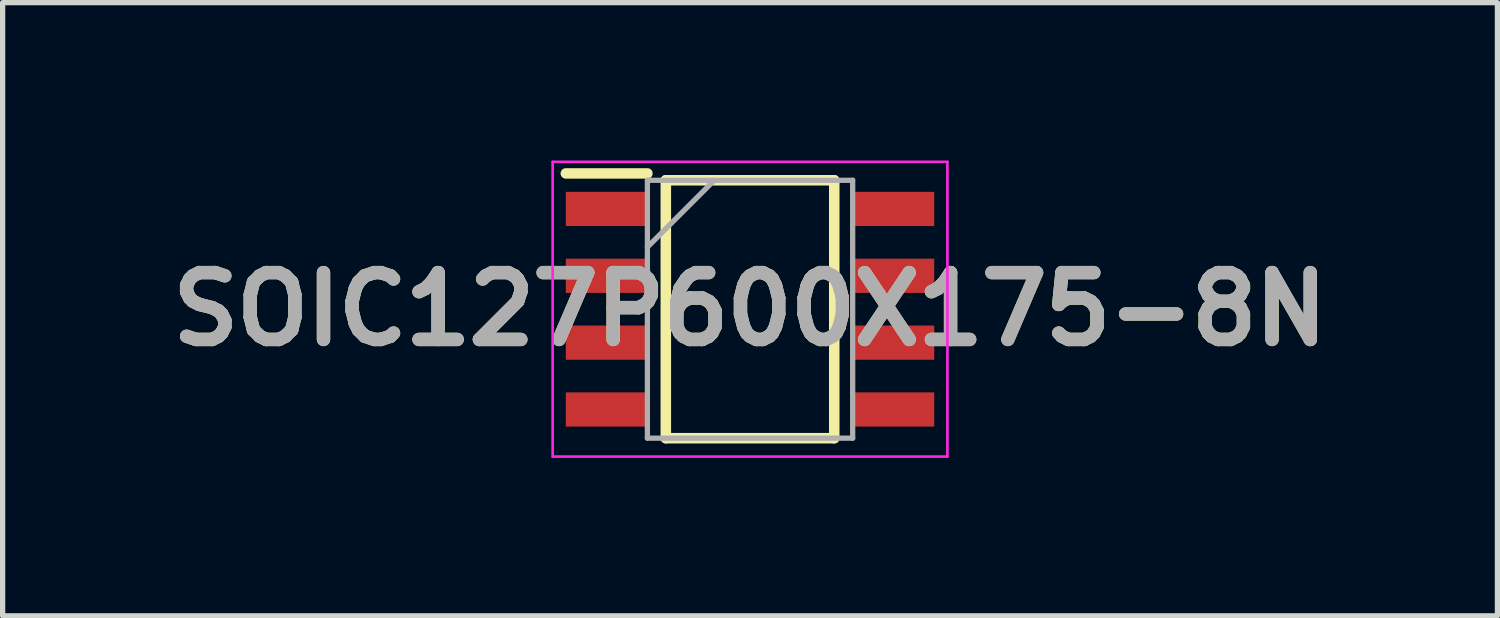
<source format=kicad_pcb>
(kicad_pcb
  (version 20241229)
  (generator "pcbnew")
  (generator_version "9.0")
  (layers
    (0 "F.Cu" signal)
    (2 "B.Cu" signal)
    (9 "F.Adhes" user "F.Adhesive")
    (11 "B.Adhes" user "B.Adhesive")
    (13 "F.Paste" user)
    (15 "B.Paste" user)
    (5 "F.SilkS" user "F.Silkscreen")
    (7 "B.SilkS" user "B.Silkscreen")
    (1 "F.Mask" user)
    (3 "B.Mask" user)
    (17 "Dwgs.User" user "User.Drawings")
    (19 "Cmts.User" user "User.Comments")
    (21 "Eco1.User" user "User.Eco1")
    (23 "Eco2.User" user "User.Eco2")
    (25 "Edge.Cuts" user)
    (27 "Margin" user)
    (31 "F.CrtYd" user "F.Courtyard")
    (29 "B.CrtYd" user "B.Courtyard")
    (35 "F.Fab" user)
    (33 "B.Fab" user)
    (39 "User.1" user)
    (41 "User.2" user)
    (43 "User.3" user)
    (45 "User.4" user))
  (footprint "SOIC127P600X175-8N"
    (layer "F.Cu")
    (at 11.2 2.825)
    (property "Reference" "SOIC127P600X175-8N" (at 0 0 0) (layer "F.SilkS") (effects (font (size 1.27 1.27) (thickness 0.254))))
    (attr smd)
    (fp_line (start -3.5 -2.58) (end -1.95 -2.58) (stroke (width 0.2) (type solid)) (layer "F.SilkS"))
    (fp_line (start -1.6 -2.45) (end 1.6 -2.45) (stroke (width 0.2) (type solid)) (layer "F.SilkS"))
    (fp_line (start -1.6 2.45) (end -1.6 -2.45) (stroke (width 0.2) (type solid)) (layer "F.SilkS"))
    (fp_line (start 1.6 -2.45) (end 1.6 2.45) (stroke (width 0.2) (type solid)) (layer "F.SilkS"))
    (fp_line (start 1.6 2.45) (end -1.6 2.45) (stroke (width 0.2) (type solid)) (layer "F.SilkS"))
    (fp_line (start -3.75 -2.8) (end 3.75 -2.8) (stroke (width 0.05) (type solid)) (layer "F.CrtYd"))
    (fp_line (start -3.75 2.8) (end -3.75 -2.8) (stroke (width 0.05) (type solid)) (layer "F.CrtYd"))
    (fp_line (start 3.75 -2.8) (end 3.75 2.8) (stroke (width 0.05) (type solid)) (layer "F.CrtYd"))
    (fp_line (start 3.75 2.8) (end -3.75 2.8) (stroke (width 0.05) (type solid)) (layer "F.CrtYd"))
    (fp_line (start -1.95 -2.45) (end 1.95 -2.45) (stroke (width 0.1) (type solid)) (layer "F.Fab"))
    (fp_line (start -1.95 -1.18) (end -0.68 -2.45) (stroke (width 0.1) (type solid)) (layer "F.Fab"))
    (fp_line (start -1.95 2.45) (end -1.95 -2.45) (stroke (width 0.1) (type solid)) (layer "F.Fab"))
    (fp_line (start 1.95 -2.45) (end 1.95 2.45) (stroke (width 0.1) (type solid)) (layer "F.Fab"))
    (fp_line (start 1.95 2.45) (end -1.95 2.45) (stroke (width 0.1) (type solid)) (layer "F.Fab"))
    (fp_text user "${REFERENCE}" (at 0 0 0) (layer "F.Fab") (effects (font (size 1.27 1.27) (thickness 0.254))))
    (pad "1" smd rect (at -2.725 -1.905 90) (size 0.65 1.55) (layers "F.Cu" "F.Mask" "F.Paste"))
    (pad "2" smd rect (at -2.725 -0.635 90) (size 0.65 1.55) (layers "F.Cu" "F.Mask" "F.Paste"))
    (pad "3" smd rect (at -2.725 0.635 90) (size 0.65 1.55) (layers "F.Cu" "F.Mask" "F.Paste"))
    (pad "4" smd rect (at -2.725 1.905 90) (size 0.65 1.55) (layers "F.Cu" "F.Mask" "F.Paste"))
    (pad "5" smd rect (at 2.725 1.905 90) (size 0.65 1.55) (layers "F.Cu" "F.Mask" "F.Paste"))
    (pad "6" smd rect (at 2.725 0.635 90) (size 0.65 1.55) (layers "F.Cu" "F.Mask" "F.Paste"))
    (pad "7" smd rect (at 2.725 -0.635 90) (size 0.65 1.55) (layers "F.Cu" "F.Mask" "F.Paste"))
    (pad "8" smd rect (at 2.725 -1.905 90) (size 0.65 1.55) (layers "F.Cu" "F.Mask" "F.Paste")))
  (gr_rect
    (start -3 -3)
    (end 25.4 8.65)
    (stroke (width 0.1) (type default))
    (fill no)
    (layer "Edge.Cuts")))
</source>
